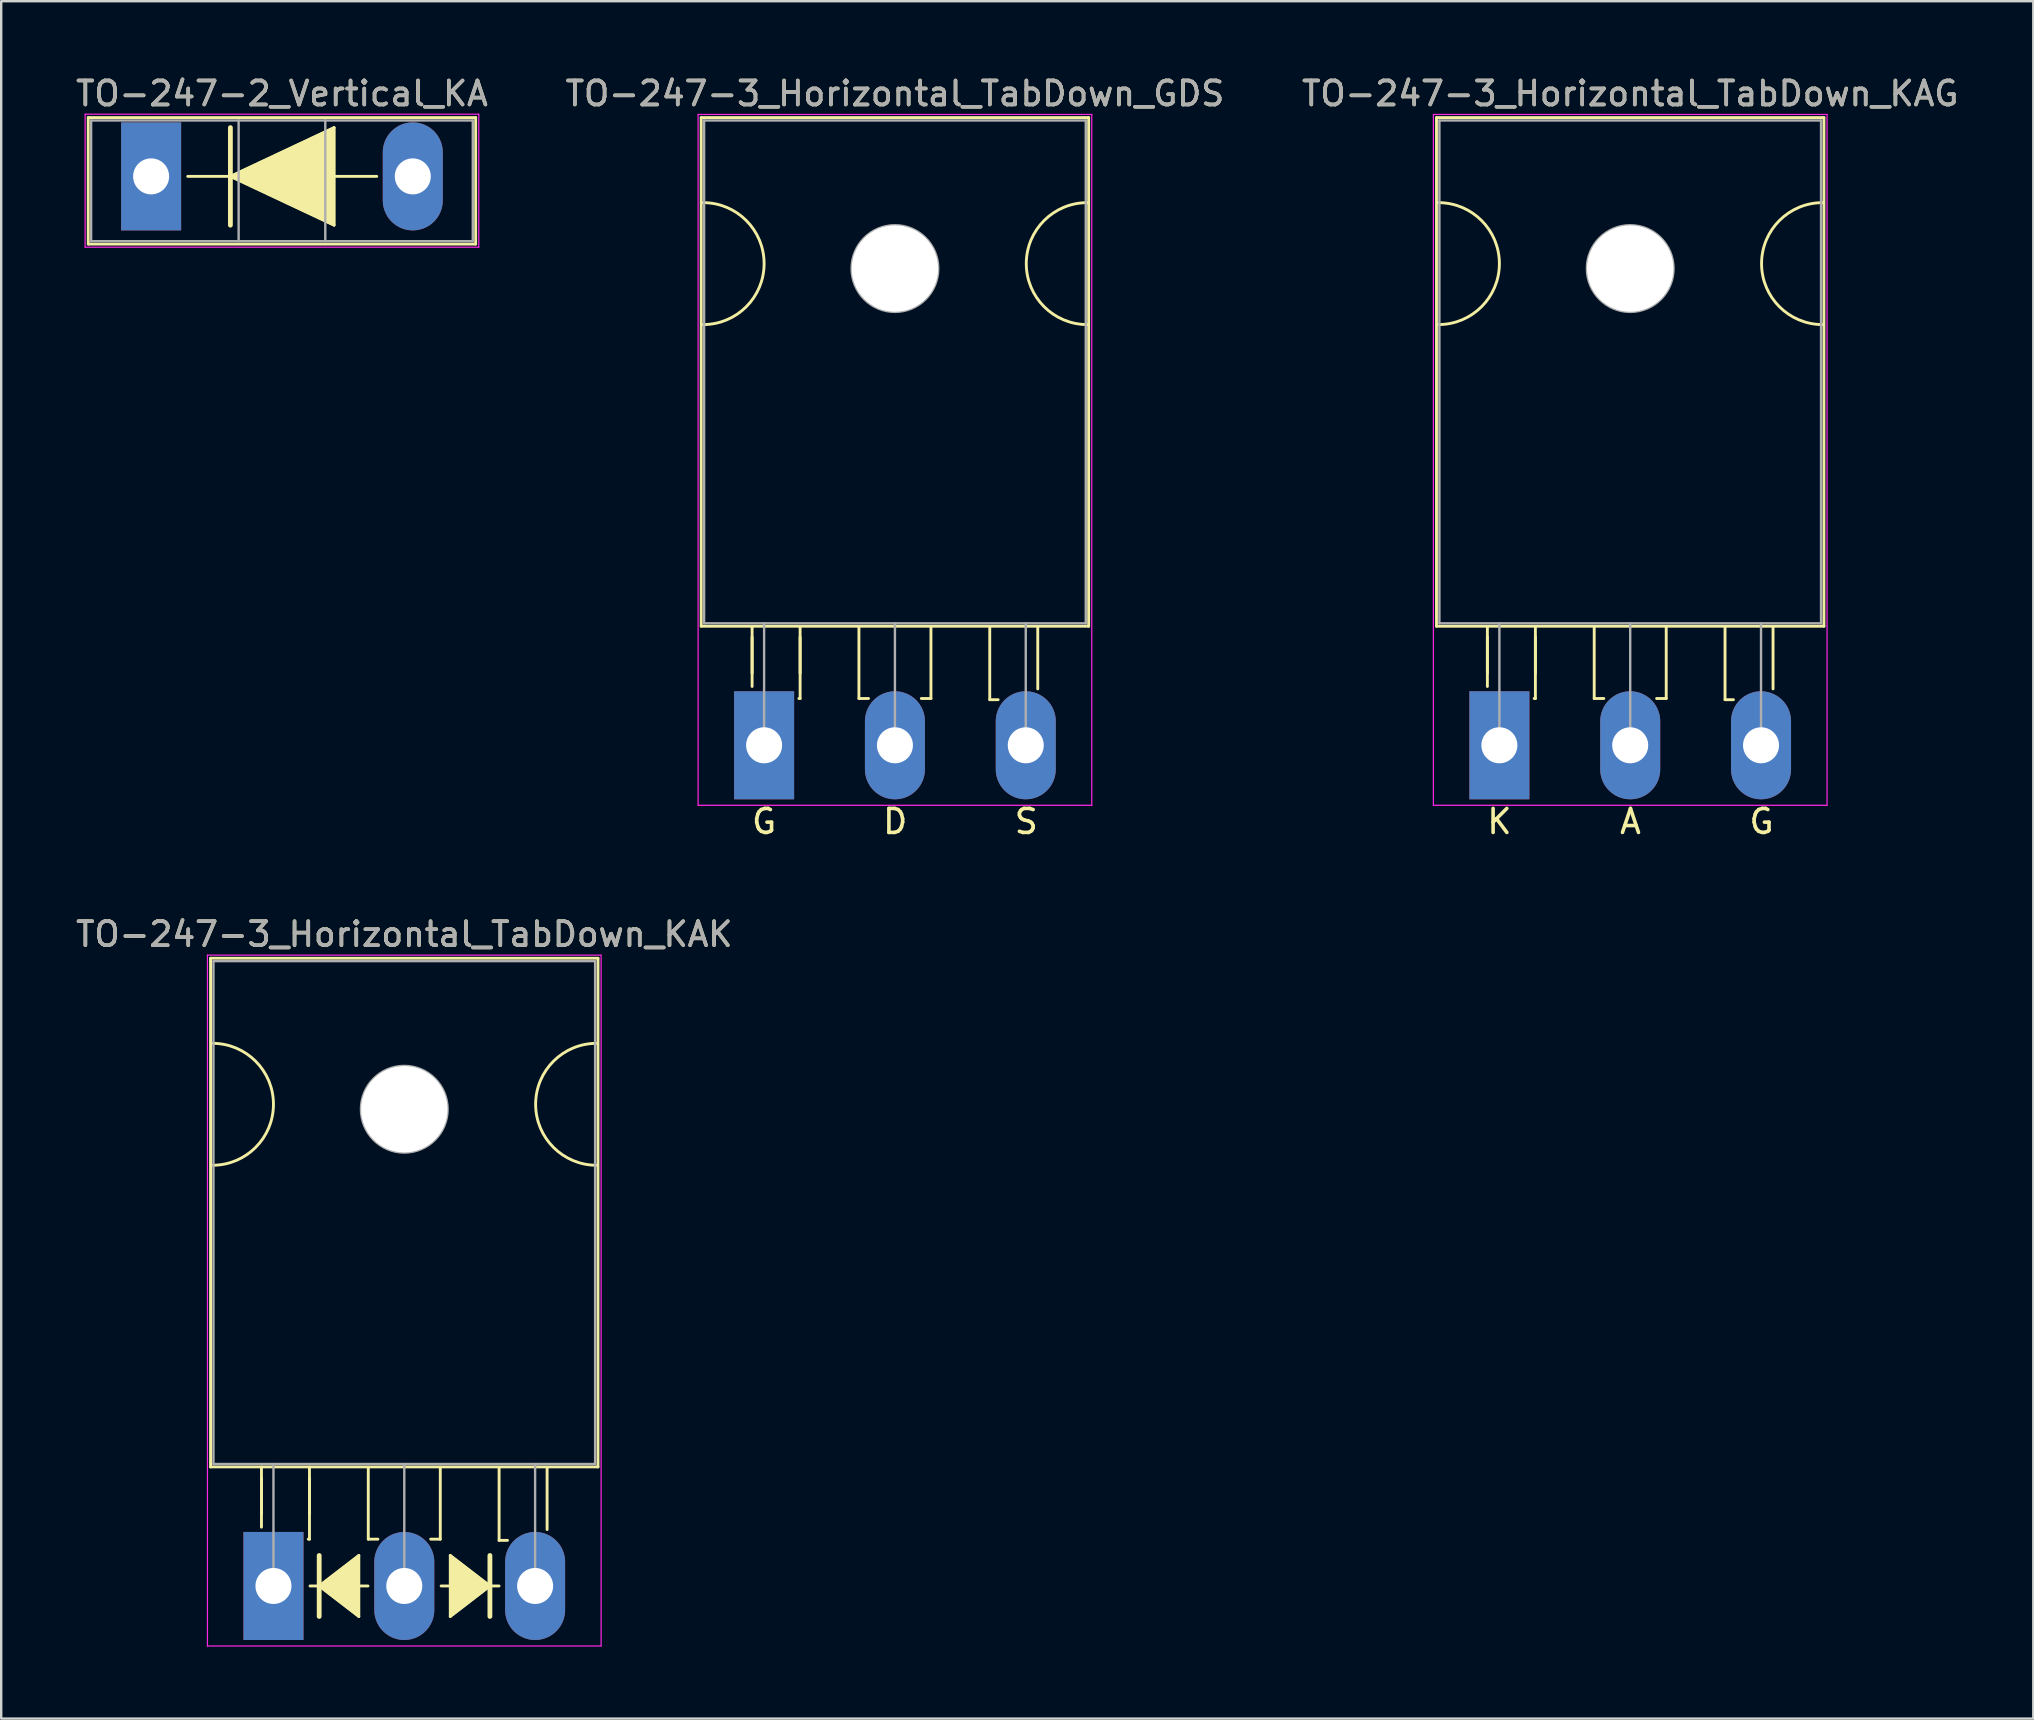
<source format=kicad_pcb>
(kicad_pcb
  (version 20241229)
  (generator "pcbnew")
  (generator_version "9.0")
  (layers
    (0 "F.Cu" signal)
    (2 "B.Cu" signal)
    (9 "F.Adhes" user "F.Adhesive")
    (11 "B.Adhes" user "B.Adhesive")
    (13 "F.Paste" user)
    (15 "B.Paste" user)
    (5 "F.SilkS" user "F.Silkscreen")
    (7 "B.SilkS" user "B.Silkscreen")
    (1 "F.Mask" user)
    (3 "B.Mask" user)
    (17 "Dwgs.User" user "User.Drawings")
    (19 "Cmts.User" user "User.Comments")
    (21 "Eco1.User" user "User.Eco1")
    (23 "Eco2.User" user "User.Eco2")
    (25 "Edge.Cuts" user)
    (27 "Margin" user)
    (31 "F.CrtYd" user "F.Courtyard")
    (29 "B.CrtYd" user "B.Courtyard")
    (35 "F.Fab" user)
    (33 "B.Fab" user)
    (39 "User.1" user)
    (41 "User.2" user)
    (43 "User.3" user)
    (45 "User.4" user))
  (footprint "TO-247-3_Horizontal_TabDown_GDS"
    (layer "F.Cu")
    (at 28.782 27.998)
    (property "Reference" "TO-247-3_Horizontal_TabDown_GDS" (at 5.45 -27.15 0) (layer "F.SilkS") (effects (font (size 1 1) (thickness 0.15))))
    (fp_line (start -2.62 -26.15) (end -2.62 -4.96) (stroke (width 0.12) (type solid)) (layer "F.SilkS"))
    (fp_line (start -2.62 -26.15) (end 13.52 -26.15) (stroke (width 0.12) (type solid)) (layer "F.SilkS"))
    (fp_line (start -2.62 -4.96) (end 13.52 -4.96) (stroke (width 0.12) (type solid)) (layer "F.SilkS"))
    (fp_line (start -0.5 -4.95) (end -0.5 -2.45) (stroke (width 0.12) (type solid)) (layer "F.SilkS"))
    (fp_line (start -0.5 -4.5) (end -0.5 -3) (stroke (width 0.12) (type solid)) (layer "F.SilkS"))
    (fp_line (start 1.5 -4.95) (end 1.5 -1.95) (stroke (width 0.12) (type solid)) (layer "F.SilkS"))
    (fp_line (start 1.5 -4.5) (end 1.5 -3) (stroke (width 0.12) (type solid)) (layer "F.SilkS"))
    (fp_line (start 1.5 -1.95) (end 1.45 -1.95) (stroke (width 0.12) (type solid)) (layer "F.SilkS"))
    (fp_line (start 3.95 -4.9) (end 3.95 -1.95) (stroke (width 0.12) (type solid)) (layer "F.SilkS"))
    (fp_line (start 3.95 -1.95) (end 4.35 -1.95) (stroke (width 0.12) (type solid)) (layer "F.SilkS"))
    (fp_line (start 6.95 -4.95) (end 6.95 -1.95) (stroke (width 0.12) (type solid)) (layer "F.SilkS"))
    (fp_line (start 6.95 -1.95) (end 6.55 -1.95) (stroke (width 0.12) (type solid)) (layer "F.SilkS"))
    (fp_line (start 9.4 -4.9) (end 9.4 -1.9) (stroke (width 0.12) (type solid)) (layer "F.SilkS"))
    (fp_line (start 9.4 -1.9) (end 9.75 -1.9) (stroke (width 0.12) (type solid)) (layer "F.SilkS"))
    (fp_line (start 11.4 -4.9) (end 11.4 -2.35) (stroke (width 0.12) (type solid)) (layer "F.SilkS"))
    (fp_line (start 13.52 -26.15) (end 13.52 -4.96) (stroke (width 0.12) (type solid)) (layer "F.SilkS"))
    (fp_arc (start -2.54 -22.606) (mid 0 -20.066) (end -2.54 -17.526) (stroke (width 0.12) (type solid)) (layer "F.SilkS"))
    (fp_arc (start 13.462 -17.526) (mid 10.922 -20.066) (end 13.462 -22.606) (stroke (width 0.12) (type solid)) (layer "F.SilkS"))
    (fp_line (start -2.75 -26.28) (end -2.75 2.5) (stroke (width 0.05) (type solid)) (layer "F.CrtYd"))
    (fp_line (start -2.75 2.5) (end 13.65 2.5) (stroke (width 0.05) (type solid)) (layer "F.CrtYd"))
    (fp_line (start 13.65 -26.28) (end -2.75 -26.28) (stroke (width 0.05) (type solid)) (layer "F.CrtYd"))
    (fp_line (start 13.65 2.5) (end 13.65 -26.28) (stroke (width 0.05) (type solid)) (layer "F.CrtYd"))
    (fp_line (start -2.5 -26.03) (end 13.4 -26.03) (stroke (width 0.1) (type solid)) (layer "F.Fab"))
    (fp_line (start -2.5 -5.08) (end -2.5 -26.03) (stroke (width 0.1) (type solid)) (layer "F.Fab"))
    (fp_line (start 0 -5.08) (end 0 0) (stroke (width 0.1) (type solid)) (layer "F.Fab"))
    (fp_line (start 5.45 -5.08) (end 5.45 0) (stroke (width 0.1) (type solid)) (layer "F.Fab"))
    (fp_line (start 10.9 -5.08) (end 10.9 0) (stroke (width 0.1) (type solid)) (layer "F.Fab"))
    (fp_line (start 13.4 -26.03) (end 13.4 -5.08) (stroke (width 0.1) (type solid)) (layer "F.Fab"))
    (fp_line (start 13.4 -5.08) (end -2.5 -5.08) (stroke (width 0.1) (type solid)) (layer "F.Fab"))
    (fp_circle (center 5.45 -19.86) (end 7.255 -19.86) (stroke (width 0.1) (type solid)) (fill no) (layer "F.Fab"))
    (fp_text user "D" (at 5.461 3.175 0) (unlocked yes) (layer "F.SilkS") (effects (font (size 1 1) (thickness 0.15))))
    (fp_text user "S" (at 10.922 3.175 0) (unlocked yes) (layer "F.SilkS") (effects (font (size 1 1) (thickness 0.15))))
    (fp_text user "G" (at 0 3.175 0) (unlocked yes) (layer "F.SilkS") (effects (font (size 1 1) (thickness 0.15))))
    (fp_text user "${REFERENCE}" (at 5.45 -27.15 0) (layer "F.Fab") (effects (font (size 1 1) (thickness 0.15))))
    (pad "" np_thru_hole oval (at 5.45 -19.86) (size 3.6 3.6) (drill 3.6) (layers "*.Cu" "*.Mask"))
    (pad "1" thru_hole rect (at 0 0) (size 2.5 4.5) (drill 1.5) (layers "*.Cu" "*.Mask"))
    (pad "2" thru_hole oval (at 5.45 0) (size 2.5 4.5) (drill 1.5) (layers "*.Cu" "*.Mask"))
    (pad "3" thru_hole oval (at 10.9 0) (size 2.5 4.5) (drill 1.5) (layers "*.Cu" "*.Mask")))
  (footprint "TO-247-2_Vertical_KA"
    (layer "F.Cu")
    (at 3.246 4.298)
    (property "Reference" "TO-247-2_Vertical_KA" (at 5.45 -3.45 0) (layer "F.SilkS") (effects (font (size 1 1) (thickness 0.15))))
    (attr through_hole)
    (fp_line (start -2.62 -2.451) (end -2.62 2.82) (stroke (width 0.12) (type solid)) (layer "F.SilkS"))
    (fp_line (start -2.62 -2.451) (end 13.52 -2.451) (stroke (width 0.12) (type solid)) (layer "F.SilkS"))
    (fp_line (start -2.62 2.82) (end 13.52 2.82) (stroke (width 0.12) (type solid)) (layer "F.SilkS"))
    (fp_line (start 1.524 0) (end 3.302 0) (stroke (width 0.12) (type solid)) (layer "F.SilkS"))
    (fp_line (start 3.302 0) (end 3.302 -2.032) (stroke (width 0.2) (type solid)) (layer "F.SilkS"))
    (fp_line (start 3.302 0) (end 7.62 -2.032) (stroke (width 0.12) (type solid)) (layer "F.SilkS"))
    (fp_line (start 3.302 2.032) (end 3.302 0) (stroke (width 0.2) (type solid)) (layer "F.SilkS"))
    (fp_line (start 7.62 -2.032) (end 7.62 2.032) (stroke (width 0.12) (type solid)) (layer "F.SilkS"))
    (fp_line (start 7.62 0) (end 9.398 0) (stroke (width 0.12) (type solid)) (layer "F.SilkS"))
    (fp_line (start 7.62 2.032) (end 3.302 0) (stroke (width 0.12) (type solid)) (layer "F.SilkS"))
    (fp_line (start 13.52 -2.451) (end 13.52 2.82) (stroke (width 0.12) (type solid)) (layer "F.SilkS"))
    (fp_poly (pts (xy 7.62 2.032) (xy 3.302 0) (xy 7.62 -2.032)) (stroke (width 0.1) (type solid)) (fill yes) (layer "F.SilkS"))
    (fp_line (start -2.75 -2.59) (end -2.75 2.95) (stroke (width 0.05) (type solid)) (layer "F.CrtYd"))
    (fp_line (start -2.75 2.95) (end 13.65 2.95) (stroke (width 0.05) (type solid)) (layer "F.CrtYd"))
    (fp_line (start 13.65 -2.59) (end -2.75 -2.59) (stroke (width 0.05) (type solid)) (layer "F.CrtYd"))
    (fp_line (start 13.65 2.95) (end 13.65 -2.59) (stroke (width 0.05) (type solid)) (layer "F.CrtYd"))
    (fp_line (start -2.5 -2.33) (end -2.5 2.7) (stroke (width 0.1) (type solid)) (layer "F.Fab"))
    (fp_line (start -2.5 2.7) (end 13.4 2.7) (stroke (width 0.1) (type solid)) (layer "F.Fab"))
    (fp_line (start 3.645 -2.33) (end 3.645 2.7) (stroke (width 0.1) (type solid)) (layer "F.Fab"))
    (fp_line (start 7.255 -2.33) (end 7.255 2.7) (stroke (width 0.1) (type solid)) (layer "F.Fab"))
    (fp_line (start 13.4 -2.33) (end -2.5 -2.33) (stroke (width 0.1) (type solid)) (layer "F.Fab"))
    (fp_line (start 13.4 2.7) (end 13.4 -2.33) (stroke (width 0.1) (type solid)) (layer "F.Fab"))
    (fp_text user "${REFERENCE}" (at 5.45 -3.45 0) (layer "F.Fab") (effects (font (size 1 1) (thickness 0.15))))
    (pad "1" thru_hole rect (at 0 0) (size 2.5 4.5) (drill 1.5) (layers "*.Cu" "*.Mask"))
    (pad "2" thru_hole oval (at 10.9 0) (size 2.5 4.5) (drill 1.5) (layers "*.Cu" "*.Mask")))
  (footprint "TO-247-3_Horizontal_TabDown_KAG"
    (layer "F.Cu")
    (at 59.413 27.998)
    (property "Reference" "TO-247-3_Horizontal_TabDown_KAG" (at 5.45 -27.15 0) (layer "F.SilkS") (effects (font (size 1 1) (thickness 0.15))))
    (fp_line (start -2.62 -26.15) (end -2.62 -4.96) (stroke (width 0.12) (type solid)) (layer "F.SilkS"))
    (fp_line (start -2.62 -26.15) (end 13.52 -26.15) (stroke (width 0.12) (type solid)) (layer "F.SilkS"))
    (fp_line (start -2.62 -4.96) (end 13.52 -4.96) (stroke (width 0.12) (type solid)) (layer "F.SilkS"))
    (fp_line (start -0.5 -4.95) (end -0.5 -2.45) (stroke (width 0.12) (type solid)) (layer "F.SilkS"))
    (fp_line (start -0.5 -4.5) (end -0.5 -3) (stroke (width 0.12) (type solid)) (layer "F.SilkS"))
    (fp_line (start 1.5 -4.95) (end 1.5 -1.95) (stroke (width 0.12) (type solid)) (layer "F.SilkS"))
    (fp_line (start 1.5 -4.5) (end 1.5 -3) (stroke (width 0.12) (type solid)) (layer "F.SilkS"))
    (fp_line (start 1.5 -1.95) (end 1.45 -1.95) (stroke (width 0.12) (type solid)) (layer "F.SilkS"))
    (fp_line (start 3.95 -4.9) (end 3.95 -1.95) (stroke (width 0.12) (type solid)) (layer "F.SilkS"))
    (fp_line (start 3.95 -1.95) (end 4.35 -1.95) (stroke (width 0.12) (type solid)) (layer "F.SilkS"))
    (fp_line (start 6.95 -4.95) (end 6.95 -1.95) (stroke (width 0.12) (type solid)) (layer "F.SilkS"))
    (fp_line (start 6.95 -1.95) (end 6.55 -1.95) (stroke (width 0.12) (type solid)) (layer "F.SilkS"))
    (fp_line (start 9.4 -4.9) (end 9.4 -1.9) (stroke (width 0.12) (type solid)) (layer "F.SilkS"))
    (fp_line (start 9.4 -1.9) (end 9.75 -1.9) (stroke (width 0.12) (type solid)) (layer "F.SilkS"))
    (fp_line (start 11.4 -4.9) (end 11.4 -2.35) (stroke (width 0.12) (type solid)) (layer "F.SilkS"))
    (fp_line (start 13.52 -26.15) (end 13.52 -4.96) (stroke (width 0.12) (type solid)) (layer "F.SilkS"))
    (fp_arc (start -2.54 -22.606) (mid 0 -20.066) (end -2.54 -17.526) (stroke (width 0.12) (type solid)) (layer "F.SilkS"))
    (fp_arc (start 13.462 -17.526) (mid 10.922 -20.066) (end 13.462 -22.606) (stroke (width 0.12) (type solid)) (layer "F.SilkS"))
    (fp_line (start -2.75 -26.28) (end -2.75 2.5) (stroke (width 0.05) (type solid)) (layer "F.CrtYd"))
    (fp_line (start -2.75 2.5) (end 13.65 2.5) (stroke (width 0.05) (type solid)) (layer "F.CrtYd"))
    (fp_line (start 13.65 -26.28) (end -2.75 -26.28) (stroke (width 0.05) (type solid)) (layer "F.CrtYd"))
    (fp_line (start 13.65 2.5) (end 13.65 -26.28) (stroke (width 0.05) (type solid)) (layer "F.CrtYd"))
    (fp_line (start -2.5 -26.03) (end 13.4 -26.03) (stroke (width 0.1) (type solid)) (layer "F.Fab"))
    (fp_line (start -2.5 -5.08) (end -2.5 -26.03) (stroke (width 0.1) (type solid)) (layer "F.Fab"))
    (fp_line (start 0 -5.08) (end 0 0) (stroke (width 0.1) (type solid)) (layer "F.Fab"))
    (fp_line (start 5.45 -5.08) (end 5.45 0) (stroke (width 0.1) (type solid)) (layer "F.Fab"))
    (fp_line (start 10.9 -5.08) (end 10.9 0) (stroke (width 0.1) (type solid)) (layer "F.Fab"))
    (fp_line (start 13.4 -26.03) (end 13.4 -5.08) (stroke (width 0.1) (type solid)) (layer "F.Fab"))
    (fp_line (start 13.4 -5.08) (end -2.5 -5.08) (stroke (width 0.1) (type solid)) (layer "F.Fab"))
    (fp_circle (center 5.45 -19.86) (end 7.255 -19.86) (stroke (width 0.1) (type solid)) (fill no) (layer "F.Fab"))
    (fp_text user "K" (at 0 3.175 0) (unlocked yes) (layer "F.SilkS") (effects (font (size 1 1) (thickness 0.15))))
    (fp_text user "A" (at 5.461 3.175 0) (unlocked yes) (layer "F.SilkS") (effects (font (size 1 1) (thickness 0.15))))
    (fp_text user "G" (at 10.922 3.175 0) (unlocked yes) (layer "F.SilkS") (effects (font (size 1 1) (thickness 0.15))))
    (fp_text user "${REFERENCE}" (at 5.45 -27.15 0) (layer "F.Fab") (effects (font (size 1 1) (thickness 0.15))))
    (pad "" np_thru_hole oval (at 5.45 -19.86) (size 3.6 3.6) (drill 3.6) (layers "*.Cu" "*.Mask"))
    (pad "1" thru_hole rect (at 0 0) (size 2.5 4.5) (drill 1.5) (layers "*.Cu" "*.Mask"))
    (pad "2" thru_hole oval (at 5.45 0) (size 2.5 4.5) (drill 1.5) (layers "*.Cu" "*.Mask"))
    (pad "3" thru_hole oval (at 10.9 0) (size 2.5 4.5) (drill 1.5) (layers "*.Cu" "*.Mask")))
  (footprint "TO-247-3_Horizontal_TabDown_KAK"
    (layer "F.Cu")
    (at 8.342 63.02)
    (property "Reference" "TO-247-3_Horizontal_TabDown_KAK" (at 5.45 -27.15 0) (layer "F.SilkS") (effects (font (size 1 1) (thickness 0.15))))
    (attr through_hole)
    (fp_line (start -2.62 -26.15) (end -2.62 -4.96) (stroke (width 0.12) (type solid)) (layer "F.SilkS"))
    (fp_line (start -2.62 -26.15) (end 13.52 -26.15) (stroke (width 0.12) (type solid)) (layer "F.SilkS"))
    (fp_line (start -2.62 -4.96) (end 13.52 -4.96) (stroke (width 0.12) (type solid)) (layer "F.SilkS"))
    (fp_line (start -0.5 -4.95) (end -0.5 -2.45) (stroke (width 0.12) (type solid)) (layer "F.SilkS"))
    (fp_line (start -0.5 -4.5) (end -0.5 -3) (stroke (width 0.12) (type solid)) (layer "F.SilkS"))
    (fp_line (start 1.5 -4.95) (end 1.5 -1.95) (stroke (width 0.12) (type solid)) (layer "F.SilkS"))
    (fp_line (start 1.5 -4.5) (end 1.5 -3) (stroke (width 0.12) (type solid)) (layer "F.SilkS"))
    (fp_line (start 1.5 -1.95) (end 1.45 -1.95) (stroke (width 0.12) (type solid)) (layer "F.SilkS"))
    (fp_line (start 1.524 0) (end 1.905 0) (stroke (width 0.12) (type solid)) (layer "F.SilkS"))
    (fp_line (start 1.905 -1.27) (end 1.905 0) (stroke (width 0.2) (type solid)) (layer "F.SilkS"))
    (fp_line (start 1.905 0) (end 1.905 1.27) (stroke (width 0.2) (type solid)) (layer "F.SilkS"))
    (fp_line (start 1.905 0) (end 3.556 1.27) (stroke (width 0.12) (type solid)) (layer "F.SilkS"))
    (fp_line (start 3.556 -1.27) (end 1.905 0) (stroke (width 0.12) (type solid)) (layer "F.SilkS"))
    (fp_line (start 3.556 1.27) (end 3.556 -1.27) (stroke (width 0.12) (type solid)) (layer "F.SilkS"))
    (fp_line (start 3.937 0) (end 3.556 0) (stroke (width 0.12) (type solid)) (layer "F.SilkS"))
    (fp_line (start 3.95 -4.9) (end 3.95 -1.95) (stroke (width 0.12) (type solid)) (layer "F.SilkS"))
    (fp_line (start 3.95 -1.95) (end 4.35 -1.95) (stroke (width 0.12) (type solid)) (layer "F.SilkS"))
    (fp_line (start 6.95 -4.95) (end 6.95 -1.95) (stroke (width 0.12) (type solid)) (layer "F.SilkS"))
    (fp_line (start 6.95 -1.95) (end 6.55 -1.95) (stroke (width 0.12) (type solid)) (layer "F.SilkS"))
    (fp_line (start 6.985 0) (end 7.366 0) (stroke (width 0.12) (type solid)) (layer "F.SilkS"))
    (fp_line (start 7.366 -1.27) (end 7.366 1.27) (stroke (width 0.12) (type solid)) (layer "F.SilkS"))
    (fp_line (start 7.366 1.27) (end 9.017 0) (stroke (width 0.12) (type solid)) (layer "F.SilkS"))
    (fp_line (start 9.017 0) (end 7.366 -1.27) (stroke (width 0.12) (type solid)) (layer "F.SilkS"))
    (fp_line (start 9.017 0) (end 9.017 -1.27) (stroke (width 0.2) (type solid)) (layer "F.SilkS"))
    (fp_line (start 9.017 1.27) (end 9.017 0) (stroke (width 0.2) (type solid)) (layer "F.SilkS"))
    (fp_line (start 9.398 0) (end 9.017 0) (stroke (width 0.12) (type solid)) (layer "F.SilkS"))
    (fp_line (start 9.4 -4.9) (end 9.4 -1.9) (stroke (width 0.12) (type solid)) (layer "F.SilkS"))
    (fp_line (start 9.4 -1.9) (end 9.75 -1.9) (stroke (width 0.12) (type solid)) (layer "F.SilkS"))
    (fp_line (start 11.4 -4.9) (end 11.4 -2.35) (stroke (width 0.12) (type solid)) (layer "F.SilkS"))
    (fp_line (start 13.52 -26.15) (end 13.52 -4.96) (stroke (width 0.12) (type solid)) (layer "F.SilkS"))
    (fp_arc (start -2.54 -22.606) (mid 0 -20.066) (end -2.54 -17.526) (stroke (width 0.12) (type solid)) (layer "F.SilkS"))
    (fp_arc (start 13.462 -17.526) (mid 10.922 -20.066) (end 13.462 -22.606) (stroke (width 0.12) (type solid)) (layer "F.SilkS"))
    (fp_poly (pts (xy 3.556 1.27) (xy 1.905 0) (xy 3.556 -1.27)) (stroke (width 0.1) (type solid)) (fill yes) (layer "F.SilkS"))
    (fp_poly (pts (xy 9.017 0) (xy 7.366 1.27) (xy 7.366 -1.27)) (stroke (width 0.1) (type solid)) (fill yes) (layer "F.SilkS"))
    (fp_line (start -2.75 -26.28) (end -2.75 2.5) (stroke (width 0.05) (type solid)) (layer "F.CrtYd"))
    (fp_line (start -2.75 2.5) (end 13.65 2.5) (stroke (width 0.05) (type solid)) (layer "F.CrtYd"))
    (fp_line (start 13.65 -26.28) (end -2.75 -26.28) (stroke (width 0.05) (type solid)) (layer "F.CrtYd"))
    (fp_line (start 13.65 2.5) (end 13.65 -26.28) (stroke (width 0.05) (type solid)) (layer "F.CrtYd"))
    (fp_line (start -2.5 -26.03) (end 13.4 -26.03) (stroke (width 0.1) (type solid)) (layer "F.Fab"))
    (fp_line (start -2.5 -5.08) (end -2.5 -26.03) (stroke (width 0.1) (type solid)) (layer "F.Fab"))
    (fp_line (start 0 -5.08) (end 0 0) (stroke (width 0.1) (type solid)) (layer "F.Fab"))
    (fp_line (start 5.45 -5.08) (end 5.45 0) (stroke (width 0.1) (type solid)) (layer "F.Fab"))
    (fp_line (start 10.9 -5.08) (end 10.9 0) (stroke (width 0.1) (type solid)) (layer "F.Fab"))
    (fp_line (start 13.4 -26.03) (end 13.4 -5.08) (stroke (width 0.1) (type solid)) (layer "F.Fab"))
    (fp_line (start 13.4 -5.08) (end -2.5 -5.08) (stroke (width 0.1) (type solid)) (layer "F.Fab"))
    (fp_circle (center 5.45 -19.86) (end 7.255 -19.86) (stroke (width 0.1) (type solid)) (fill no) (layer "F.Fab"))
    (fp_text user "${REFERENCE}" (at 5.45 -27.15 0) (layer "F.Fab") (effects (font (size 1 1) (thickness 0.15))))
    (pad "" np_thru_hole oval (at 5.45 -19.86) (size 3.6 3.6) (drill 3.6) (layers "*.Cu" "*.Mask"))
    (pad "1" thru_hole rect (at 0 0) (size 2.5 4.5) (drill 1.5) (layers "*.Cu" "*.Mask"))
    (pad "2" thru_hole oval (at 5.45 0) (size 2.5 4.5) (drill 1.5) (layers "*.Cu" "*.Mask"))
    (pad "3" thru_hole oval (at 10.9 0) (size 2.5 4.5) (drill 1.5) (layers "*.Cu" "*.Mask")))
  (gr_rect
    (start -3 -3)
    (end 81.655 68.545)
    (stroke (width 0.1) (type default))
    (fill no)
    (layer "Edge.Cuts")))
</source>
